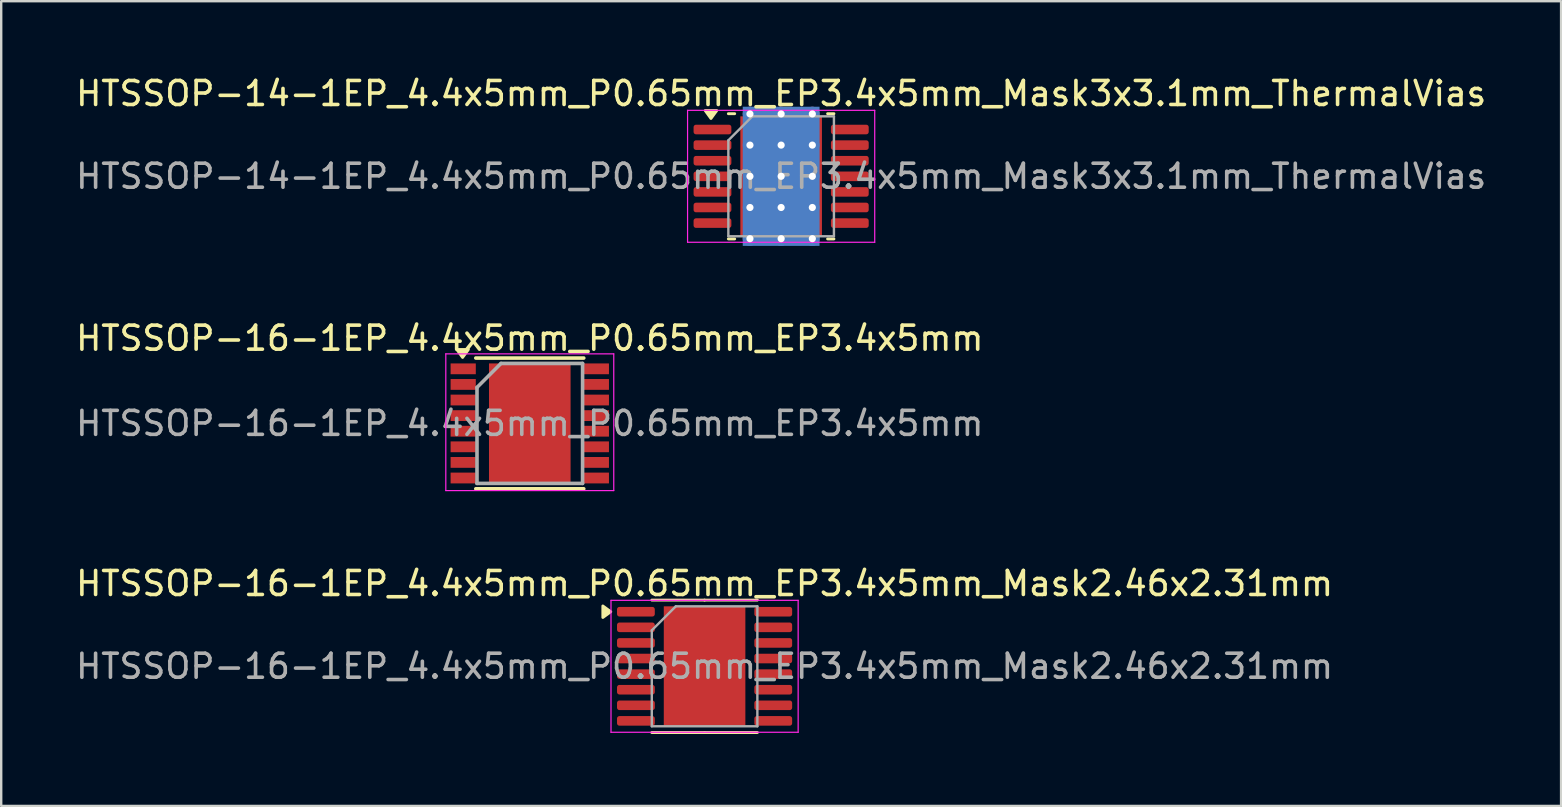
<source format=kicad_pcb>
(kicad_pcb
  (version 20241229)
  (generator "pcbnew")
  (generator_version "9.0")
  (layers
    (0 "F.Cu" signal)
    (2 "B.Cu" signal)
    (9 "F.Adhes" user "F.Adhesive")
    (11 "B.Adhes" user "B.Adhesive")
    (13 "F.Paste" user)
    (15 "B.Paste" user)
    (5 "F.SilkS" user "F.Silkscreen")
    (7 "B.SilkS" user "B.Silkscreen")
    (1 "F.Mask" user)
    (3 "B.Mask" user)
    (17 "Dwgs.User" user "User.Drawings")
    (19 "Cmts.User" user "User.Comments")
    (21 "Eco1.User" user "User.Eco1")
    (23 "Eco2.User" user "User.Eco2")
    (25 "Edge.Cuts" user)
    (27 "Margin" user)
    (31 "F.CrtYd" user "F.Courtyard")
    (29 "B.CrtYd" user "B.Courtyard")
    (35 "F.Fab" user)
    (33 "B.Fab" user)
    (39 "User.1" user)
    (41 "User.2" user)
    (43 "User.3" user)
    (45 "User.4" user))
  (footprint "HTSSOP-16-1EP_4.4x5mm_P0.65mm_EP3.4x5mm_Mask2.46x2.31mm"
    (layer "F.Cu")
    (at 26.315 24.72)
    (property "Reference" "HTSSOP-16-1EP_4.4x5mm_P0.65mm_EP3.4x5mm_Mask2.46x2.31mm" (at 0 -3.45 0) (layer "F.SilkS") (effects (font (size 1 1) (thickness 0.15))))
    (attr smd)
    (fp_line (start 0 -2.76) (end -2.2 -2.76) (stroke (width 0.12) (type solid)) (layer "F.SilkS"))
    (fp_line (start 0 -2.76) (end 2.2 -2.76) (stroke (width 0.12) (type solid)) (layer "F.SilkS"))
    (fp_line (start 0 2.76) (end -2.2 2.76) (stroke (width 0.12) (type solid)) (layer "F.SilkS"))
    (fp_line (start 0 2.76) (end 2.2 2.76) (stroke (width 0.12) (type solid)) (layer "F.SilkS"))
    (fp_poly (pts (xy -3.91 -2.275) (xy -4.24 -2.515) (xy -4.24 -2.035) (xy -3.91 -2.275)) (stroke (width 0.12) (type solid)) (fill yes) (layer "F.SilkS"))
    (fp_line (start -3.9 -2.75) (end -3.9 2.75) (stroke (width 0.05) (type solid)) (layer "F.CrtYd"))
    (fp_line (start -3.9 2.75) (end 3.9 2.75) (stroke (width 0.05) (type solid)) (layer "F.CrtYd"))
    (fp_line (start 3.9 -2.75) (end -3.9 -2.75) (stroke (width 0.05) (type solid)) (layer "F.CrtYd"))
    (fp_line (start 3.9 2.75) (end 3.9 -2.75) (stroke (width 0.05) (type solid)) (layer "F.CrtYd"))
    (fp_line (start -2.2 -1.5) (end -1.2 -2.5) (stroke (width 0.1) (type solid)) (layer "F.Fab"))
    (fp_line (start -2.2 2.5) (end -2.2 -1.5) (stroke (width 0.1) (type solid)) (layer "F.Fab"))
    (fp_line (start -1.2 -2.5) (end 2.2 -2.5) (stroke (width 0.1) (type solid)) (layer "F.Fab"))
    (fp_line (start 2.2 -2.5) (end 2.2 2.5) (stroke (width 0.1) (type solid)) (layer "F.Fab"))
    (fp_line (start 2.2 2.5) (end -2.2 2.5) (stroke (width 0.1) (type solid)) (layer "F.Fab"))
    (fp_text user "${REFERENCE}" (at 0 0 0) (layer "F.Fab") (effects (font (size 1 1) (thickness 0.15))))
    (pad "" smd roundrect (at 0 -0.58) (size 1.98 0.93) (layers "F.Paste") (roundrect_rratio 0.25))
    (pad "" smd rect (at 0 0) (size 2.46 2.31) (layers "F.Mask"))
    (pad "" smd roundrect (at 0 0.58) (size 1.98 0.93) (layers "F.Paste") (roundrect_rratio 0.25))
    (pad "1" smd roundrect (at -2.862 -2.275) (size 1.575 0.4) (layers "F.Cu" "F.Mask" "F.Paste") (roundrect_rratio 0.25))
    (pad "2" smd roundrect (at -2.862 -1.625) (size 1.575 0.4) (layers "F.Cu" "F.Mask" "F.Paste") (roundrect_rratio 0.25))
    (pad "3" smd roundrect (at -2.862 -0.975) (size 1.575 0.4) (layers "F.Cu" "F.Mask" "F.Paste") (roundrect_rratio 0.25))
    (pad "4" smd roundrect (at -2.862 -0.325) (size 1.575 0.4) (layers "F.Cu" "F.Mask" "F.Paste") (roundrect_rratio 0.25))
    (pad "5" smd roundrect (at -2.862 0.325) (size 1.575 0.4) (layers "F.Cu" "F.Mask" "F.Paste") (roundrect_rratio 0.25))
    (pad "6" smd roundrect (at -2.862 0.975) (size 1.575 0.4) (layers "F.Cu" "F.Mask" "F.Paste") (roundrect_rratio 0.25))
    (pad "7" smd roundrect (at -2.862 1.625) (size 1.575 0.4) (layers "F.Cu" "F.Mask" "F.Paste") (roundrect_rratio 0.25))
    (pad "8" smd roundrect (at -2.862 2.275) (size 1.575 0.4) (layers "F.Cu" "F.Mask" "F.Paste") (roundrect_rratio 0.25))
    (pad "9" smd roundrect (at 2.862 2.275) (size 1.575 0.4) (layers "F.Cu" "F.Mask" "F.Paste") (roundrect_rratio 0.25))
    (pad "10" smd roundrect (at 2.862 1.625) (size 1.575 0.4) (layers "F.Cu" "F.Mask" "F.Paste") (roundrect_rratio 0.25))
    (pad "11" smd roundrect (at 2.862 0.975) (size 1.575 0.4) (layers "F.Cu" "F.Mask" "F.Paste") (roundrect_rratio 0.25))
    (pad "12" smd roundrect (at 2.862 0.325) (size 1.575 0.4) (layers "F.Cu" "F.Mask" "F.Paste") (roundrect_rratio 0.25))
    (pad "13" smd roundrect (at 2.862 -0.325) (size 1.575 0.4) (layers "F.Cu" "F.Mask" "F.Paste") (roundrect_rratio 0.25))
    (pad "14" smd roundrect (at 2.862 -0.975) (size 1.575 0.4) (layers "F.Cu" "F.Mask" "F.Paste") (roundrect_rratio 0.25))
    (pad "15" smd roundrect (at 2.862 -1.625) (size 1.575 0.4) (layers "F.Cu" "F.Mask" "F.Paste") (roundrect_rratio 0.25))
    (pad "16" smd roundrect (at 2.862 -2.275) (size 1.575 0.4) (layers "F.Cu" "F.Mask" "F.Paste") (roundrect_rratio 0.25))
    (pad "17" smd rect (at 0 0) (size 3.4 5) (property pad_prop_heatsink) (layers "F.Cu")))
  (footprint "HTSSOP-14-1EP_4.4x5mm_P0.65mm_EP3.4x5mm_Mask3x3.1mm_ThermalVias"
    (layer "F.Cu")
    (at 29.506 4.298)
    (property "Reference" "HTSSOP-14-1EP_4.4x5mm_P0.65mm_EP3.4x5mm_Mask3x3.1mm_ThermalVias" (at 0 -3.45 0) (layer "F.SilkS") (effects (font (size 1 1) (thickness 0.15))))
    (attr smd)
    (fp_line (start -1.936 -2.61) (end -2.2 -2.61) (stroke (width 0.12) (type solid)) (layer "F.SilkS"))
    (fp_line (start -1.936 2.61) (end -2.2 2.61) (stroke (width 0.12) (type solid)) (layer "F.SilkS"))
    (fp_line (start 1.936 -2.61) (end 2.2 -2.61) (stroke (width 0.12) (type solid)) (layer "F.SilkS"))
    (fp_line (start 1.936 2.61) (end 2.2 2.61) (stroke (width 0.12) (type solid)) (layer "F.SilkS"))
    (fp_poly (pts (xy -2.925 -2.41) (xy -3.165 -2.74) (xy -2.685 -2.74) (xy -2.925 -2.41)) (stroke (width 0.12) (type solid)) (fill yes) (layer "F.SilkS"))
    (fp_line (start -3.9 -2.75) (end -3.9 2.75) (stroke (width 0.05) (type solid)) (layer "F.CrtYd"))
    (fp_line (start -3.9 2.75) (end 3.9 2.75) (stroke (width 0.05) (type solid)) (layer "F.CrtYd"))
    (fp_line (start 3.9 -2.75) (end -3.9 -2.75) (stroke (width 0.05) (type solid)) (layer "F.CrtYd"))
    (fp_line (start 3.9 2.75) (end 3.9 -2.75) (stroke (width 0.05) (type solid)) (layer "F.CrtYd"))
    (fp_line (start -2.2 -1.5) (end -1.2 -2.5) (stroke (width 0.1) (type solid)) (layer "F.Fab"))
    (fp_line (start -2.2 2.5) (end -2.2 -1.5) (stroke (width 0.1) (type solid)) (layer "F.Fab"))
    (fp_line (start -1.2 -2.5) (end 2.2 -2.5) (stroke (width 0.1) (type solid)) (layer "F.Fab"))
    (fp_line (start 2.2 -2.5) (end 2.2 2.5) (stroke (width 0.1) (type solid)) (layer "F.Fab"))
    (fp_line (start 2.2 2.5) (end -2.2 2.5) (stroke (width 0.1) (type solid)) (layer "F.Fab"))
    (fp_text user "${REFERENCE}" (at 0 0 0) (layer "F.Fab") (effects (font (size 1 1) (thickness 0.15))))
    (pad "" smd roundrect (at -0.75 -0.775) (size 1.21 1.25) (layers "F.Paste") (roundrect_rratio 0.207))
    (pad "" smd roundrect (at -0.75 0.775) (size 1.21 1.25) (layers "F.Paste") (roundrect_rratio 0.207))
    (pad "" smd rect (at 0 0) (size 3 3.1) (layers "F.Mask"))
    (pad "" smd roundrect (at 0.75 -0.775) (size 1.21 1.25) (layers "F.Paste") (roundrect_rratio 0.207))
    (pad "" smd roundrect (at 0.75 0.775) (size 1.21 1.25) (layers "F.Paste") (roundrect_rratio 0.207))
    (pad "1" smd roundrect (at -2.862 -1.95) (size 1.575 0.4) (layers "F.Cu" "F.Mask" "F.Paste") (roundrect_rratio 0.25))
    (pad "2" smd roundrect (at -2.862 -1.3) (size 1.575 0.4) (layers "F.Cu" "F.Mask" "F.Paste") (roundrect_rratio 0.25))
    (pad "3" smd roundrect (at -2.862 -0.65) (size 1.575 0.4) (layers "F.Cu" "F.Mask" "F.Paste") (roundrect_rratio 0.25))
    (pad "4" smd roundrect (at -2.862 0) (size 1.575 0.4) (layers "F.Cu" "F.Mask" "F.Paste") (roundrect_rratio 0.25))
    (pad "5" smd roundrect (at -2.862 0.65) (size 1.575 0.4) (layers "F.Cu" "F.Mask" "F.Paste") (roundrect_rratio 0.25))
    (pad "6" smd roundrect (at -2.862 1.3) (size 1.575 0.4) (layers "F.Cu" "F.Mask" "F.Paste") (roundrect_rratio 0.25))
    (pad "7" smd roundrect (at -2.862 1.95) (size 1.575 0.4) (layers "F.Cu" "F.Mask" "F.Paste") (roundrect_rratio 0.25))
    (pad "8" smd roundrect (at 2.862 1.95) (size 1.575 0.4) (layers "F.Cu" "F.Mask" "F.Paste") (roundrect_rratio 0.25))
    (pad "9" smd roundrect (at 2.862 1.3) (size 1.575 0.4) (layers "F.Cu" "F.Mask" "F.Paste") (roundrect_rratio 0.25))
    (pad "10" smd roundrect (at 2.862 0.65) (size 1.575 0.4) (layers "F.Cu" "F.Mask" "F.Paste") (roundrect_rratio 0.25))
    (pad "11" smd roundrect (at 2.862 0) (size 1.575 0.4) (layers "F.Cu" "F.Mask" "F.Paste") (roundrect_rratio 0.25))
    (pad "12" smd roundrect (at 2.862 -0.65) (size 1.575 0.4) (layers "F.Cu" "F.Mask" "F.Paste") (roundrect_rratio 0.25))
    (pad "13" smd roundrect (at 2.862 -1.3) (size 1.575 0.4) (layers "F.Cu" "F.Mask" "F.Paste") (roundrect_rratio 0.25))
    (pad "14" smd roundrect (at 2.862 -1.95) (size 1.575 0.4) (layers "F.Cu" "F.Mask" "F.Paste") (roundrect_rratio 0.25))
    (pad "15" thru_hole circle (at -1.3 -2.6) (size 0.6 0.6) (drill 0.3) (property pad_prop_heatsink) (layers "*.Cu"))
    (pad "15" thru_hole circle (at -1.3 -1.3) (size 0.6 0.6) (drill 0.3) (property pad_prop_heatsink) (layers "*.Cu"))
    (pad "15" thru_hole circle (at -1.3 0) (size 0.6 0.6) (drill 0.3) (property pad_prop_heatsink) (layers "*.Cu"))
    (pad "15" thru_hole circle (at -1.3 1.3) (size 0.6 0.6) (drill 0.3) (property pad_prop_heatsink) (layers "*.Cu"))
    (pad "15" thru_hole circle (at -1.3 2.6) (size 0.6 0.6) (drill 0.3) (property pad_prop_heatsink) (layers "*.Cu"))
    (pad "15" thru_hole circle (at 0 -2.6) (size 0.6 0.6) (drill 0.3) (property pad_prop_heatsink) (layers "*.Cu"))
    (pad "15" thru_hole circle (at 0 -1.3) (size 0.6 0.6) (drill 0.3) (property pad_prop_heatsink) (layers "*.Cu"))
    (pad "15" thru_hole circle (at 0 0) (size 0.6 0.6) (drill 0.3) (property pad_prop_heatsink) (layers "*.Cu"))
    (pad "15" smd rect (at 0 0) (size 3.2 5.8) (property pad_prop_heatsink) (layers "B.Cu"))
    (pad "15" smd rect (at 0 0) (size 3.4 5) (property pad_prop_heatsink) (layers "F.Cu"))
    (pad "15" thru_hole circle (at 0 1.3) (size 0.6 0.6) (drill 0.3) (property pad_prop_heatsink) (layers "*.Cu"))
    (pad "15" thru_hole circle (at 0 2.6) (size 0.6 0.6) (drill 0.3) (property pad_prop_heatsink) (layers "*.Cu"))
    (pad "15" thru_hole circle (at 1.3 -2.6) (size 0.6 0.6) (drill 0.3) (property pad_prop_heatsink) (layers "*.Cu"))
    (pad "15" thru_hole circle (at 1.3 -1.3) (size 0.6 0.6) (drill 0.3) (property pad_prop_heatsink) (layers "*.Cu"))
    (pad "15" thru_hole circle (at 1.3 0) (size 0.6 0.6) (drill 0.3) (property pad_prop_heatsink) (layers "*.Cu"))
    (pad "15" thru_hole circle (at 1.3 1.3) (size 0.6 0.6) (drill 0.3) (property pad_prop_heatsink) (layers "*.Cu"))
    (pad "15" thru_hole circle (at 1.3 2.6) (size 0.6 0.6) (drill 0.3) (property pad_prop_heatsink) (layers "*.Cu")))
  (footprint "HTSSOP-16-1EP_4.4x5mm_P0.65mm_EP3.4x5mm"
    (layer "F.Cu")
    (at 19.03 14.597)
    (property "Reference" "HTSSOP-16-1EP_4.4x5mm_P0.65mm_EP3.4x5mm" (at 0 -3.55 0) (layer "F.SilkS") (effects (font (size 1 1) (thickness 0.15))))
    (attr smd)
    (fp_line (start -2.25 -2.725) (end 2.25 -2.725) (stroke (width 0.15) (type solid)) (layer "F.SilkS"))
    (fp_line (start -2.25 2.725) (end 2.25 2.725) (stroke (width 0.15) (type solid)) (layer "F.SilkS"))
    (fp_poly (pts (xy -2.8 -2.75) (xy -3.04 -3.08) (xy -2.56 -3.08) (xy -2.8 -2.75)) (stroke (width 0.12) (type solid)) (fill yes) (layer "F.SilkS"))
    (fp_line (start -3.5 -2.9) (end -3.5 2.8) (stroke (width 0.05) (type solid)) (layer "F.CrtYd"))
    (fp_line (start -3.5 -2.9) (end 3.5 -2.9) (stroke (width 0.05) (type solid)) (layer "F.CrtYd"))
    (fp_line (start -3.5 2.8) (end 3.5 2.8) (stroke (width 0.05) (type solid)) (layer "F.CrtYd"))
    (fp_line (start 3.5 -2.9) (end 3.5 2.8) (stroke (width 0.05) (type solid)) (layer "F.CrtYd"))
    (fp_line (start -2.2 -1.5) (end -1.2 -2.5) (stroke (width 0.15) (type solid)) (layer "F.Fab"))
    (fp_line (start -2.2 2.5) (end -2.2 -1.5) (stroke (width 0.15) (type solid)) (layer "F.Fab"))
    (fp_line (start -1.2 -2.5) (end 2.2 -2.5) (stroke (width 0.15) (type solid)) (layer "F.Fab"))
    (fp_line (start 2.2 -2.5) (end 2.2 2.5) (stroke (width 0.15) (type solid)) (layer "F.Fab"))
    (fp_line (start 2.2 2.5) (end -2.2 2.5) (stroke (width 0.15) (type solid)) (layer "F.Fab"))
    (fp_text user "${REFERENCE}" (at 0 0 0) (layer "F.Fab") (effects (font (size 1 1) (thickness 0.15))))
    (pad "" smd rect (at -1.133 -1.875) (size 0.88 1.05) (layers "F.Paste"))
    (pad "" smd rect (at -1.133 -0.625) (size 0.88 1.05) (layers "F.Paste"))
    (pad "" smd rect (at -1.133 0.625) (size 0.88 1.05) (layers "F.Paste"))
    (pad "" smd rect (at -1.133 1.875) (size 0.88 1.05) (layers "F.Paste"))
    (pad "" smd rect (at 0 -1.875) (size 0.88 1.05) (layers "F.Paste"))
    (pad "" smd rect (at 0 -0.625) (size 0.88 1.05) (layers "F.Paste"))
    (pad "" smd rect (at 0 0.625) (size 0.88 1.05) (layers "F.Paste"))
    (pad "" smd rect (at 0 1.875) (size 0.88 1.05) (layers "F.Paste"))
    (pad "" smd rect (at 1.133 -1.875) (size 0.88 1.05) (layers "F.Paste"))
    (pad "" smd rect (at 1.133 -0.625) (size 0.88 1.05) (layers "F.Paste"))
    (pad "" smd rect (at 1.133 0.625) (size 0.88 1.05) (layers "F.Paste"))
    (pad "" smd rect (at 1.133 1.875) (size 0.88 1.05) (layers "F.Paste"))
    (pad "1" smd rect (at -2.775 -2.275) (size 1.05 0.45) (layers "F.Cu" "F.Mask" "F.Paste"))
    (pad "2" smd rect (at -2.775 -1.625) (size 1.05 0.45) (layers "F.Cu" "F.Mask" "F.Paste"))
    (pad "3" smd rect (at -2.775 -0.975) (size 1.05 0.45) (layers "F.Cu" "F.Mask" "F.Paste"))
    (pad "4" smd rect (at -2.775 -0.325) (size 1.05 0.45) (layers "F.Cu" "F.Mask" "F.Paste"))
    (pad "5" smd rect (at -2.775 0.325) (size 1.05 0.45) (layers "F.Cu" "F.Mask" "F.Paste"))
    (pad "6" smd rect (at -2.775 0.975) (size 1.05 0.45) (layers "F.Cu" "F.Mask" "F.Paste"))
    (pad "7" smd rect (at -2.775 1.625) (size 1.05 0.45) (layers "F.Cu" "F.Mask" "F.Paste"))
    (pad "8" smd rect (at -2.775 2.275) (size 1.05 0.45) (layers "F.Cu" "F.Mask" "F.Paste"))
    (pad "9" smd rect (at 2.775 2.275) (size 1.05 0.45) (layers "F.Cu" "F.Mask" "F.Paste"))
    (pad "10" smd rect (at 2.775 1.625) (size 1.05 0.45) (layers "F.Cu" "F.Mask" "F.Paste"))
    (pad "11" smd rect (at 2.775 0.975) (size 1.05 0.45) (layers "F.Cu" "F.Mask" "F.Paste"))
    (pad "12" smd rect (at 2.775 0.325) (size 1.05 0.45) (layers "F.Cu" "F.Mask" "F.Paste"))
    (pad "13" smd rect (at 2.775 -0.325) (size 1.05 0.45) (layers "F.Cu" "F.Mask" "F.Paste"))
    (pad "14" smd rect (at 2.775 -0.975) (size 1.05 0.45) (layers "F.Cu" "F.Mask" "F.Paste"))
    (pad "15" smd rect (at 2.775 -1.625) (size 1.05 0.45) (layers "F.Cu" "F.Mask" "F.Paste"))
    (pad "16" smd rect (at 2.775 -2.275) (size 1.05 0.45) (layers "F.Cu" "F.Mask" "F.Paste"))
    (pad "17" smd rect (at 0 0) (size 3.4 5) (layers "F.Cu" "F.Mask")))
  (gr_rect
    (start -3 -3)
    (end 62.012 30.54)
    (stroke (width 0.1) (type default))
    (fill no)
    (layer "Edge.Cuts")))
</source>
